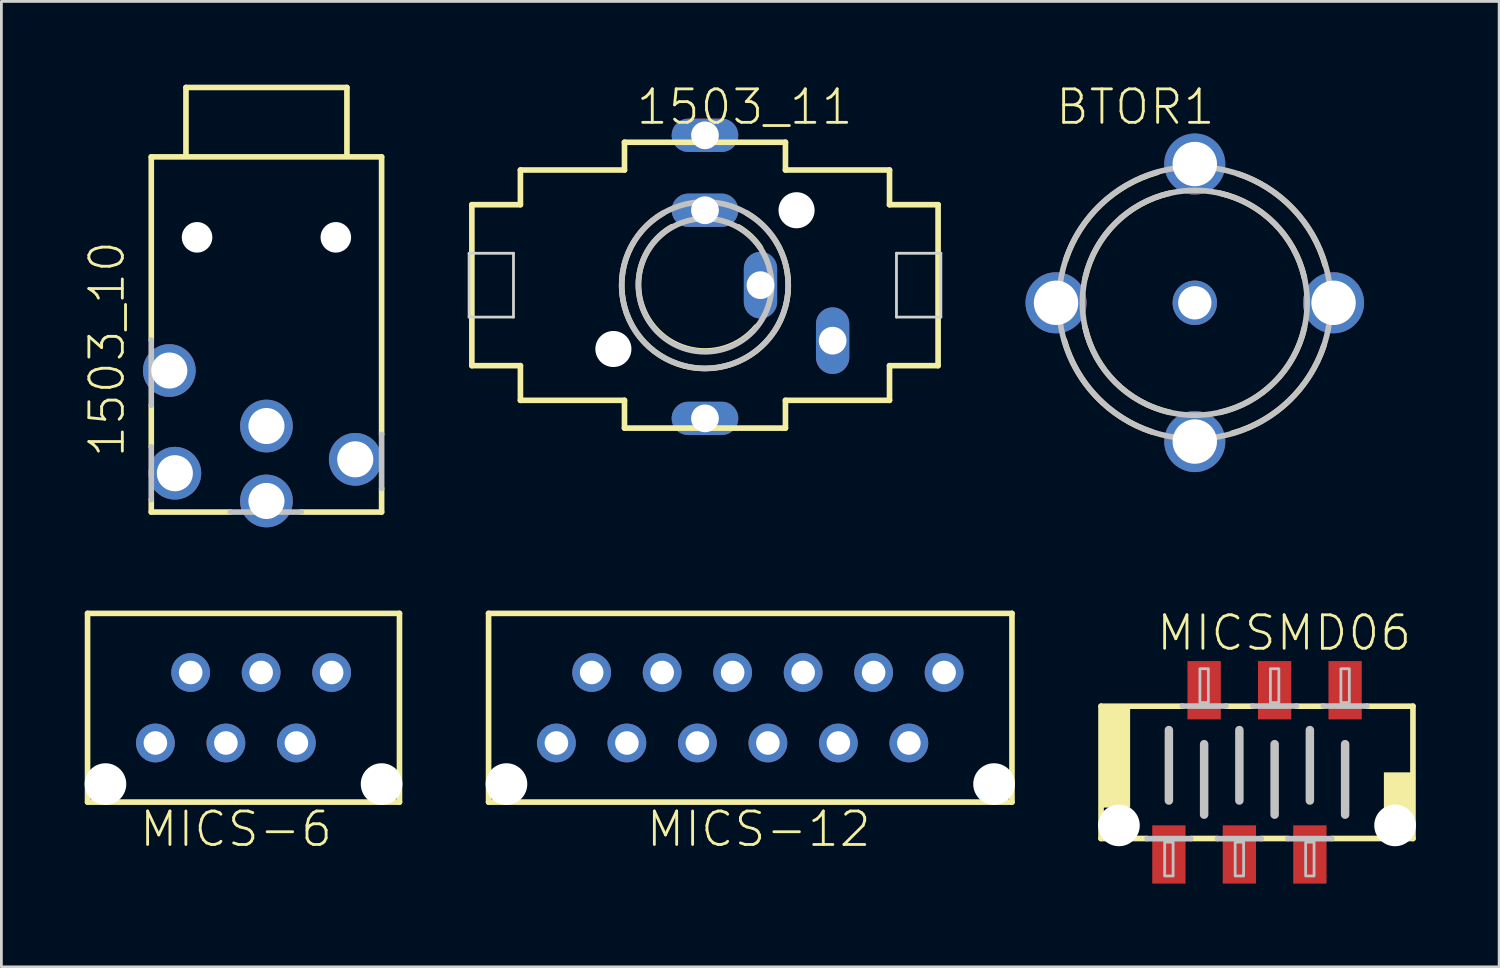
<source format=kicad_pcb>
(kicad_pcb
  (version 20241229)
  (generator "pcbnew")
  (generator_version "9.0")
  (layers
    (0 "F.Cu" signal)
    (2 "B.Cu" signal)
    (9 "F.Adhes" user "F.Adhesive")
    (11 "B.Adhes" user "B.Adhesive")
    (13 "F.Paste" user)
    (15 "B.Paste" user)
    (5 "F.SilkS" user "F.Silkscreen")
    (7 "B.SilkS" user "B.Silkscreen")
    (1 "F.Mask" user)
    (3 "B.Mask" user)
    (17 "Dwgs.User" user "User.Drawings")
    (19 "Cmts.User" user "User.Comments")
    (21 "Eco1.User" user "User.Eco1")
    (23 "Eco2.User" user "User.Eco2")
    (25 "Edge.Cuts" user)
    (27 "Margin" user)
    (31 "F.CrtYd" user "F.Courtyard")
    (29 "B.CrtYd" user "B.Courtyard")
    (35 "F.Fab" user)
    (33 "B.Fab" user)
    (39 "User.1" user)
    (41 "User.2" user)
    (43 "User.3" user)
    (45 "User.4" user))
  (footprint "MICS-6"
    (layer "F.Cu")
    (at 5.725 22.453)
    (property "Reference" "MICS-6" (at -3.81 5.08 0) (layer "F.SilkS") (effects (font (size 1.206 1.206) (thickness 0.102)) (justify left bottom)))
    (attr through_hole)
    (fp_line (start -5.62 -3.4) (end 5.62 -3.4) (stroke (width 0.203) (type solid)) (layer "F.SilkS"))
    (fp_line (start -5.62 3.4) (end -5.62 -3.4) (stroke (width 0.203) (type solid)) (layer "F.SilkS"))
    (fp_line (start 5.62 -3.4) (end 5.62 3.4) (stroke (width 0.203) (type solid)) (layer "F.SilkS"))
    (fp_line (start 5.62 3.4) (end -5.62 3.4) (stroke (width 0.203) (type solid)) (layer "F.SilkS"))
    (pad "" np_thru_hole circle (at -4.975 2.75) (size 1.5 1.5) (drill 1.5) (layers "*.Cu"))
    (pad "" np_thru_hole circle (at 4.975 2.75) (size 1.5 1.5) (drill 1.5) (layers "*.Cu"))
    (pad "1" thru_hole circle (at -3.175 1.27) (size 1.397 1.397) (drill 0.85) (layers "*.Cu" "*.Mask"))
    (pad "2" thru_hole circle (at -1.905 -1.27) (size 1.397 1.397) (drill 0.85) (layers "*.Cu" "*.Mask"))
    (pad "3" thru_hole circle (at -0.635 1.27) (size 1.397 1.397) (drill 0.85) (layers "*.Cu" "*.Mask"))
    (pad "4" thru_hole circle (at 0.635 -1.27) (size 1.397 1.397) (drill 0.85) (layers "*.Cu" "*.Mask"))
    (pad "5" thru_hole circle (at 1.905 1.27) (size 1.397 1.397) (drill 0.85) (layers "*.Cu" "*.Mask"))
    (pad "6" thru_hole circle (at 3.175 -1.27) (size 1.397 1.397) (drill 0.85) (layers "*.Cu" "*.Mask")))
  (footprint "BTOR1"
    (layer "F.Cu")
    (at 40.003 7.861)
    (property "Reference" "BTOR1" (at -5.08 -6.35 0) (layer "F.SilkS") (effects (font (size 1.206 1.206) (thickness 0.102)) (justify left bottom)))
    (attr through_hole)
    (fp_arc (start -4.65 -1.55) (mid -3.39027 -3.533854) (end -1.35 -4.7) (stroke (width 0.2032) (type solid)) (layer "F.SilkS"))
    (fp_arc (start -3.95 -0.9) (mid -2.864655 -2.864655) (end -0.9 -3.95) (stroke (width 0.2032) (type solid)) (layer "F.SilkS"))
    (fp_arc (start -1.55 4.65) (mid -3.533854 3.39027) (end -4.7 1.35) (stroke (width 0.2032) (type solid)) (layer "F.SilkS"))
    (fp_arc (start -0.9 3.95) (mid -2.864655 2.864655) (end -3.95 0.9) (stroke (width 0.2032) (type solid)) (layer "F.SilkS"))
    (fp_arc (start 0.9 -3.95) (mid 2.864655 -2.864655) (end 3.95 -0.9) (stroke (width 0.2032) (type solid)) (layer "F.SilkS"))
    (fp_arc (start 1.55 -4.65) (mid 3.533854 -3.39027) (end 4.7 -1.35) (stroke (width 0.2032) (type solid)) (layer "F.SilkS"))
    (fp_arc (start 3.95 0.9) (mid 2.864655 2.864655) (end 0.9 3.95) (stroke (width 0.2032) (type solid)) (layer "F.SilkS"))
    (fp_arc (start 4.65 1.55) (mid 3.39027 3.533854) (end 1.35 4.7) (stroke (width 0.2032) (type solid)) (layer "F.SilkS"))
    (fp_circle (center 0 0) (end 4.05 0) (stroke (width 0.203) (type solid)) (fill no) (layer "Dwgs.User"))
    (fp_circle (center 0 0) (end 4.9 0) (stroke (width 0.203) (type solid)) (fill no) (layer "Dwgs.User"))
    (pad "S" thru_hole circle (at -5 0) (size 2.2 2.2) (drill 1.6) (layers "*.Cu" "*.Mask"))
    (pad "S@1" thru_hole circle (at 0 -5) (size 2.2 2.2) (drill 1.6) (layers "*.Cu" "*.Mask"))
    (pad "S@2" thru_hole circle (at 5 0) (size 2.2 2.2) (drill 1.6) (layers "*.Cu" "*.Mask"))
    (pad "S@3" thru_hole circle (at 0 5) (size 2.2 2.2) (drill 1.6) (layers "*.Cu" "*.Mask"))
    (pad "T" thru_hole circle (at 0 0) (size 1.6 1.6) (drill 1.2) (layers "*.Cu" "*.Mask")))
  (footprint "MICSMD06"
    (layer "F.Cu")
    (at 42.245 24.781)
    (property "Reference" "MICSMD06" (at -3.683 -4.318 0) (layer "F.SilkS") (effects (font (size 1.206 1.206) (thickness 0.102)) (justify left bottom)))
    (attr through_hole)
    (fp_line (start -5.62 -2.384) (end -2.692 -2.384) (stroke (width 0.203) (type solid)) (layer "F.SilkS"))
    (fp_line (start -5.62 2.384) (end -5.62 -2.384) (stroke (width 0.203) (type solid)) (layer "F.SilkS"))
    (fp_line (start -3.962 2.384) (end -5.62 2.384) (stroke (width 0.203) (type solid)) (layer "F.SilkS"))
    (fp_line (start -1.422 2.384) (end -2.388 2.384) (stroke (width 0.203) (type solid)) (layer "F.SilkS"))
    (fp_line (start -1.118 -2.384) (end -0.152 -2.384) (stroke (width 0.203) (type solid)) (layer "F.SilkS"))
    (fp_line (start 1.118 2.384) (end 0.152 2.384) (stroke (width 0.203) (type solid)) (layer "F.SilkS"))
    (fp_line (start 1.422 -2.384) (end 2.388 -2.384) (stroke (width 0.203) (type solid)) (layer "F.SilkS"))
    (fp_line (start 3.962 -2.384) (end 5.62 -2.384) (stroke (width 0.203) (type solid)) (layer "F.SilkS"))
    (fp_line (start 5.62 -2.384) (end 5.62 2.384) (stroke (width 0.203) (type solid)) (layer "F.SilkS"))
    (fp_line (start 5.62 2.384) (end 2.692 2.384) (stroke (width 0.203) (type solid)) (layer "F.SilkS"))
    (fp_poly (pts (xy -5.588 1.27) (xy -4.572 1.27) (xy -4.572 -2.286) (xy -5.588 -2.286)) (stroke (width 0) (type solid)) (fill yes) (layer "F.SilkS"))
    (fp_poly (pts (xy 4.572 2.286) (xy 5.588 2.286) (xy 5.588 0) (xy 4.572 0)) (stroke (width 0) (type solid)) (fill yes) (layer "F.SilkS"))
    (fp_line (start -3.175 -1.524) (end -3.175 1.016) (stroke (width 0.305) (type solid)) (layer "Dwgs.User"))
    (fp_line (start -2.692 -2.388) (end -1.118 -2.388) (stroke (width 0.203) (type solid)) (layer "Dwgs.User"))
    (fp_line (start -2.388 2.388) (end -3.962 2.388) (stroke (width 0.203) (type solid)) (layer "Dwgs.User"))
    (fp_line (start -1.905 -1.016) (end -1.905 1.524) (stroke (width 0.305) (type solid)) (layer "Dwgs.User"))
    (fp_line (start -0.635 -1.524) (end -0.635 1.016) (stroke (width 0.305) (type solid)) (layer "Dwgs.User"))
    (fp_line (start -0.152 -2.388) (end 1.422 -2.388) (stroke (width 0.203) (type solid)) (layer "Dwgs.User"))
    (fp_line (start 0.152 2.388) (end -1.422 2.388) (stroke (width 0.203) (type solid)) (layer "Dwgs.User"))
    (fp_line (start 0.635 -1.016) (end 0.635 1.524) (stroke (width 0.305) (type solid)) (layer "Dwgs.User"))
    (fp_line (start 1.905 -1.524) (end 1.905 1.016) (stroke (width 0.305) (type solid)) (layer "Dwgs.User"))
    (fp_line (start 2.388 -2.388) (end 3.962 -2.388) (stroke (width 0.203) (type solid)) (layer "Dwgs.User"))
    (fp_line (start 2.692 2.388) (end 1.118 2.388) (stroke (width 0.203) (type solid)) (layer "Dwgs.User"))
    (fp_line (start 3.175 -1.016) (end 3.175 1.524) (stroke (width 0.305) (type solid)) (layer "Dwgs.User"))
    (fp_poly (pts (xy -3.327 3.734) (xy -3.023 3.734) (xy -3.023 2.515) (xy -3.327 2.515)) (stroke (width 0.1) (type solid)) (fill no) (layer "Dwgs.User"))
    (fp_poly (pts (xy -2.057 -2.515) (xy -1.753 -2.515) (xy -1.753 -3.734) (xy -2.057 -3.734)) (stroke (width 0.1) (type solid)) (fill no) (layer "Dwgs.User"))
    (fp_poly (pts (xy -0.787 3.734) (xy -0.483 3.734) (xy -0.483 2.515) (xy -0.787 2.515)) (stroke (width 0.1) (type solid)) (fill no) (layer "Dwgs.User"))
    (fp_poly (pts (xy 0.483 -2.515) (xy 0.787 -2.515) (xy 0.787 -3.734) (xy 0.483 -3.734)) (stroke (width 0.1) (type solid)) (fill no) (layer "Dwgs.User"))
    (fp_poly (pts (xy 1.753 3.734) (xy 2.057 3.734) (xy 2.057 2.515) (xy 1.753 2.515)) (stroke (width 0.1) (type solid)) (fill no) (layer "Dwgs.User"))
    (fp_poly (pts (xy 3.023 -2.515) (xy 3.327 -2.515) (xy 3.327 -3.734) (xy 3.023 -3.734)) (stroke (width 0.1) (type solid)) (fill no) (layer "Dwgs.User"))
    (pad "" np_thru_hole circle (at -4.975 1.912) (size 1.5 1.5) (drill 1.5) (layers "*.Cu"))
    (pad "" np_thru_hole circle (at 4.975 1.912) (size 1.5 1.5) (drill 1.5) (layers "*.Cu"))
    (pad "1" smd rect (at -3.175 2.959) (size 1.2 2.1) (layers "F.Cu" "F.Mask" "F.Paste"))
    (pad "2" smd rect (at -1.905 -2.959) (size 1.2 2.1) (layers "F.Cu" "F.Mask" "F.Paste"))
    (pad "3" smd rect (at -0.635 2.959) (size 1.2 2.1) (layers "F.Cu" "F.Mask" "F.Paste"))
    (pad "4" smd rect (at 0.635 -2.959) (size 1.2 2.1) (layers "F.Cu" "F.Mask" "F.Paste"))
    (pad "5" smd rect (at 1.905 2.959) (size 1.2 2.1) (layers "F.Cu" "F.Mask" "F.Paste"))
    (pad "6" smd rect (at 3.175 -2.959) (size 1.2 2.1) (layers "F.Cu" "F.Mask" "F.Paste")))
  (footprint "MICS-12"
    (layer "F.Cu")
    (at 23.985 22.453)
    (property "Reference" "MICS-12" (at -3.81 5.08 0) (layer "F.SilkS") (effects (font (size 1.206 1.206) (thickness 0.102)) (justify left bottom)))
    (attr through_hole)
    (fp_line (start -9.43 -3.4) (end 9.43 -3.4) (stroke (width 0.203) (type solid)) (layer "F.SilkS"))
    (fp_line (start -9.43 3.4) (end -9.43 -3.4) (stroke (width 0.203) (type solid)) (layer "F.SilkS"))
    (fp_line (start 9.43 -3.4) (end 9.43 3.4) (stroke (width 0.203) (type solid)) (layer "F.SilkS"))
    (fp_line (start 9.43 3.4) (end -9.43 3.4) (stroke (width 0.203) (type solid)) (layer "F.SilkS"))
    (pad "" np_thru_hole circle (at -8.785 2.75) (size 1.5 1.5) (drill 1.5) (layers "*.Cu"))
    (pad "" np_thru_hole circle (at 8.785 2.75) (size 1.5 1.5) (drill 1.5) (layers "*.Cu"))
    (pad "1" thru_hole circle (at -6.985 1.27) (size 1.397 1.397) (drill 0.85) (layers "*.Cu" "*.Mask"))
    (pad "2" thru_hole circle (at -5.715 -1.27) (size 1.397 1.397) (drill 0.85) (layers "*.Cu" "*.Mask"))
    (pad "3" thru_hole circle (at -4.445 1.27) (size 1.397 1.397) (drill 0.85) (layers "*.Cu" "*.Mask"))
    (pad "4" thru_hole circle (at -3.175 -1.27) (size 1.397 1.397) (drill 0.85) (layers "*.Cu" "*.Mask"))
    (pad "5" thru_hole circle (at -1.905 1.27) (size 1.397 1.397) (drill 0.85) (layers "*.Cu" "*.Mask"))
    (pad "6" thru_hole circle (at -0.635 -1.27) (size 1.397 1.397) (drill 0.85) (layers "*.Cu" "*.Mask"))
    (pad "7" thru_hole circle (at 0.635 1.27) (size 1.397 1.397) (drill 0.85) (layers "*.Cu" "*.Mask"))
    (pad "8" thru_hole circle (at 1.905 -1.27) (size 1.397 1.397) (drill 0.85) (layers "*.Cu" "*.Mask"))
    (pad "9" thru_hole circle (at 3.175 1.27) (size 1.397 1.397) (drill 0.85) (layers "*.Cu" "*.Mask"))
    (pad "10" thru_hole circle (at 4.445 -1.27) (size 1.397 1.397) (drill 0.85) (layers "*.Cu" "*.Mask"))
    (pad "11" thru_hole circle (at 5.715 1.27) (size 1.397 1.397) (drill 0.85) (layers "*.Cu" "*.Mask"))
    (pad "12" thru_hole circle (at 6.985 -1.27) (size 1.397 1.397) (drill 0.85) (layers "*.Cu" "*.Mask")))
  (footprint "1503_11"
    (layer "F.Cu")
    (at 22.353 7.226)
    (property "Reference" "1503_11" (at -2.54 -5.715 0) (layer "F.SilkS") (effects (font (size 1.206 1.206) (thickness 0.102)) (justify left bottom)))
    (attr through_hole)
    (fp_line (start -8.4 -2.9) (end -6.65 -2.9) (stroke (width 0.203) (type solid)) (layer "F.SilkS"))
    (fp_line (start -8.4 2.9) (end -8.4 -2.9) (stroke (width 0.203) (type solid)) (layer "F.SilkS"))
    (fp_line (start -6.65 -4.15) (end -2.9 -4.15) (stroke (width 0.203) (type solid)) (layer "F.SilkS"))
    (fp_line (start -6.65 -2.9) (end -6.65 -4.15) (stroke (width 0.203) (type solid)) (layer "F.SilkS"))
    (fp_line (start -6.65 2.9) (end -8.4 2.9) (stroke (width 0.203) (type solid)) (layer "F.SilkS"))
    (fp_line (start -6.65 4.15) (end -6.65 2.9) (stroke (width 0.203) (type solid)) (layer "F.SilkS"))
    (fp_line (start -2.9 -5.15) (end 2.9 -5.15) (stroke (width 0.203) (type solid)) (layer "F.SilkS"))
    (fp_line (start -2.9 -4.15) (end -2.9 -5.15) (stroke (width 0.203) (type solid)) (layer "F.SilkS"))
    (fp_line (start -2.9 4.15) (end -6.65 4.15) (stroke (width 0.203) (type solid)) (layer "F.SilkS"))
    (fp_line (start -2.9 5.15) (end -2.9 4.15) (stroke (width 0.203) (type solid)) (layer "F.SilkS"))
    (fp_line (start 2.9 -5.15) (end 2.9 -4.15) (stroke (width 0.203) (type solid)) (layer "F.SilkS"))
    (fp_line (start 2.9 -4.15) (end 6.65 -4.15) (stroke (width 0.203) (type solid)) (layer "F.SilkS"))
    (fp_line (start 2.9 4.15) (end 2.9 5.15) (stroke (width 0.203) (type solid)) (layer "F.SilkS"))
    (fp_line (start 2.9 5.15) (end -2.9 5.15) (stroke (width 0.203) (type solid)) (layer "F.SilkS"))
    (fp_line (start 6.65 -4.15) (end 6.65 -2.9) (stroke (width 0.203) (type solid)) (layer "F.SilkS"))
    (fp_line (start 6.65 -2.9) (end 8.4 -2.9) (stroke (width 0.203) (type solid)) (layer "F.SilkS"))
    (fp_line (start 6.65 2.9) (end 6.65 4.15) (stroke (width 0.203) (type solid)) (layer "F.SilkS"))
    (fp_line (start 6.65 4.15) (end 2.9 4.15) (stroke (width 0.203) (type solid)) (layer "F.SilkS"))
    (fp_line (start 8.4 -2.9) (end 8.4 2.9) (stroke (width 0.203) (type solid)) (layer "F.SilkS"))
    (fp_line (start 8.4 2.9) (end 6.65 2.9) (stroke (width 0.203) (type solid)) (layer "F.SilkS"))
    (fp_arc (start 1.2 -2.1) (mid 1.643523 -1.771425) (end 2 -1.35) (stroke (width 0.2032) (type solid)) (layer "F.SilkS"))
    (fp_arc (start 1.5 -2.6) (mid 0 3.001666) (end -1.5 -2.6) (stroke (width 0.2032) (type solid)) (layer "F.SilkS"))
    (fp_arc (start 1.85 1.500001) (mid -1.829105 1.525006) (end -1.2 -2.1) (stroke (width 0.2032) (type solid)) (layer "F.SilkS"))
    (fp_circle (center 0 0) (end 2.4 0) (stroke (width 0.203) (type solid)) (fill no) (layer "Dwgs.User"))
    (fp_circle (center 0 0) (end 3 0) (stroke (width 0.203) (type solid)) (fill no) (layer "Dwgs.User"))
    (fp_line (start -8.5 -1.15) (end -8.5 1.15) (stroke (width 0.1) (type solid)) (layer "Edge.Cuts"))
    (fp_line (start -8.5 -1.15) (end -6.9 -1.15) (stroke (width 0.1) (type solid)) (layer "Edge.Cuts"))
    (fp_line (start -8.5 1.15) (end -6.9 1.15) (stroke (width 0.1) (type solid)) (layer "Edge.Cuts"))
    (fp_line (start -6.9 -1.15) (end -6.9 1.15) (stroke (width 0.1) (type solid)) (layer "Edge.Cuts"))
    (fp_line (start 6.9 -1.15) (end 8.5 -1.15) (stroke (width 0.1) (type solid)) (layer "Edge.Cuts"))
    (fp_line (start 6.9 1.15) (end 6.9 -1.15) (stroke (width 0.1) (type solid)) (layer "Edge.Cuts"))
    (fp_line (start 6.9 1.15) (end 8.5 1.15) (stroke (width 0.1) (type solid)) (layer "Edge.Cuts"))
    (fp_line (start 8.5 1.15) (end 8.5 -1.15) (stroke (width 0.1) (type solid)) (layer "Edge.Cuts"))
    (pad "" np_thru_hole circle (at -3.3 2.3) (size 1.3 1.3) (drill 1.3) (layers "*.Cu"))
    (pad "" np_thru_hole circle (at 3.3 -2.7) (size 1.3 1.3) (drill 1.3) (layers "*.Cu"))
    (pad "1" thru_hole oval (at 0 -5.4 180) (size 2.4 1.2) (drill 1) (layers "*.Cu" "*.Mask"))
    (pad "2" thru_hole oval (at 0 -2.7) (size 2.4 1.2) (drill 1) (layers "*.Cu" "*.Mask"))
    (pad "3" thru_hole oval (at 0 4.8 180) (size 2.4 1.2) (drill 1) (layers "*.Cu" "*.Mask"))
    (pad "4" thru_hole oval (at 2 0 90) (size 2.4 1.2) (drill 1) (layers "*.Cu" "*.Mask"))
    (pad "5" thru_hole oval (at 4.6 2 90) (size 2.4 1.2) (drill 1) (layers "*.Cu" "*.Mask")))
  (footprint "1503_10"
    (layer "F.Cu")
    (at 6.551 2.502)
    (property "Reference" "1503_10" (at -5.04 11 90) (layer "F.SilkS") (effects (font (size 1.206 1.206) (thickness 0.102)) (justify left bottom)))
    (attr through_hole)
    (fp_line (start -4.15 0.1) (end 4.15 0.1) (stroke (width 0.203) (type solid)) (layer "F.SilkS"))
    (fp_line (start -4.15 6.7) (end -4.15 0.1) (stroke (width 0.203) (type solid)) (layer "F.SilkS"))
    (fp_line (start -4.15 10.55) (end -4.15 9.05) (stroke (width 0.203) (type solid)) (layer "F.SilkS"))
    (fp_line (start -4.15 12.9) (end -4.15 12.45) (stroke (width 0.203) (type solid)) (layer "F.SilkS"))
    (fp_line (start -2.9 -2.4) (end 2.9 -2.4) (stroke (width 0.203) (type solid)) (layer "F.SilkS"))
    (fp_line (start -2.9 0) (end -2.9 -2.4) (stroke (width 0.203) (type solid)) (layer "F.SilkS"))
    (fp_line (start -1.3 12.9) (end -4.15 12.9) (stroke (width 0.203) (type solid)) (layer "F.SilkS"))
    (fp_line (start 2.9 -2.4) (end 2.9 0) (stroke (width 0.203) (type solid)) (layer "F.SilkS"))
    (fp_line (start 4.15 0.1) (end 4.15 10.1) (stroke (width 0.203) (type solid)) (layer "F.SilkS"))
    (fp_line (start 4.15 12.05) (end 4.15 12.9) (stroke (width 0.203) (type solid)) (layer "F.SilkS"))
    (fp_line (start 4.15 12.9) (end 1.25 12.9) (stroke (width 0.203) (type solid)) (layer "F.SilkS"))
    (fp_line (start -4.15 9.05) (end -4.15 6.7) (stroke (width 0.203) (type solid)) (layer "Dwgs.User"))
    (fp_line (start -4.15 12.45) (end -4.15 10.55) (stroke (width 0.203) (type solid)) (layer "Dwgs.User"))
    (fp_line (start 1.25 12.9) (end -1.3 12.9) (stroke (width 0.203) (type solid)) (layer "Dwgs.User"))
    (fp_line (start 4.15 10.1) (end 4.15 12.05) (stroke (width 0.203) (type solid)) (layer "Dwgs.User"))
    (pad "" np_thru_hole circle (at -2.5 3) (size 1.1 1.1) (drill 1.1) (layers "*.Cu"))
    (pad "" np_thru_hole circle (at 2.5 3) (size 1.1 1.1) (drill 1.1) (layers "*.Cu"))
    (pad "1" thru_hole circle (at -3.5 7.8 180) (size 1.9 1.9) (drill 1.3) (layers "*.Cu" "*.Mask"))
    (pad "2" thru_hole circle (at 0 9.8 180) (size 1.9 1.9) (drill 1.3) (layers "*.Cu" "*.Mask"))
    (pad "3" thru_hole circle (at -3.3 11.5 180) (size 1.9 1.9) (drill 1.3) (layers "*.Cu" "*.Mask"))
    (pad "4" thru_hole circle (at 3.2 11 180) (size 1.9 1.9) (drill 1.3) (layers "*.Cu" "*.Mask"))
    (pad "5" thru_hole circle (at 0 12.5 180) (size 1.9 1.9) (drill 1.3) (layers "*.Cu" "*.Mask")))
  (gr_rect
    (start -3 -3)
    (end 50.97 31.79)
    (stroke (width 0.1) (type default))
    (fill no)
    (layer "Edge.Cuts")))
</source>
